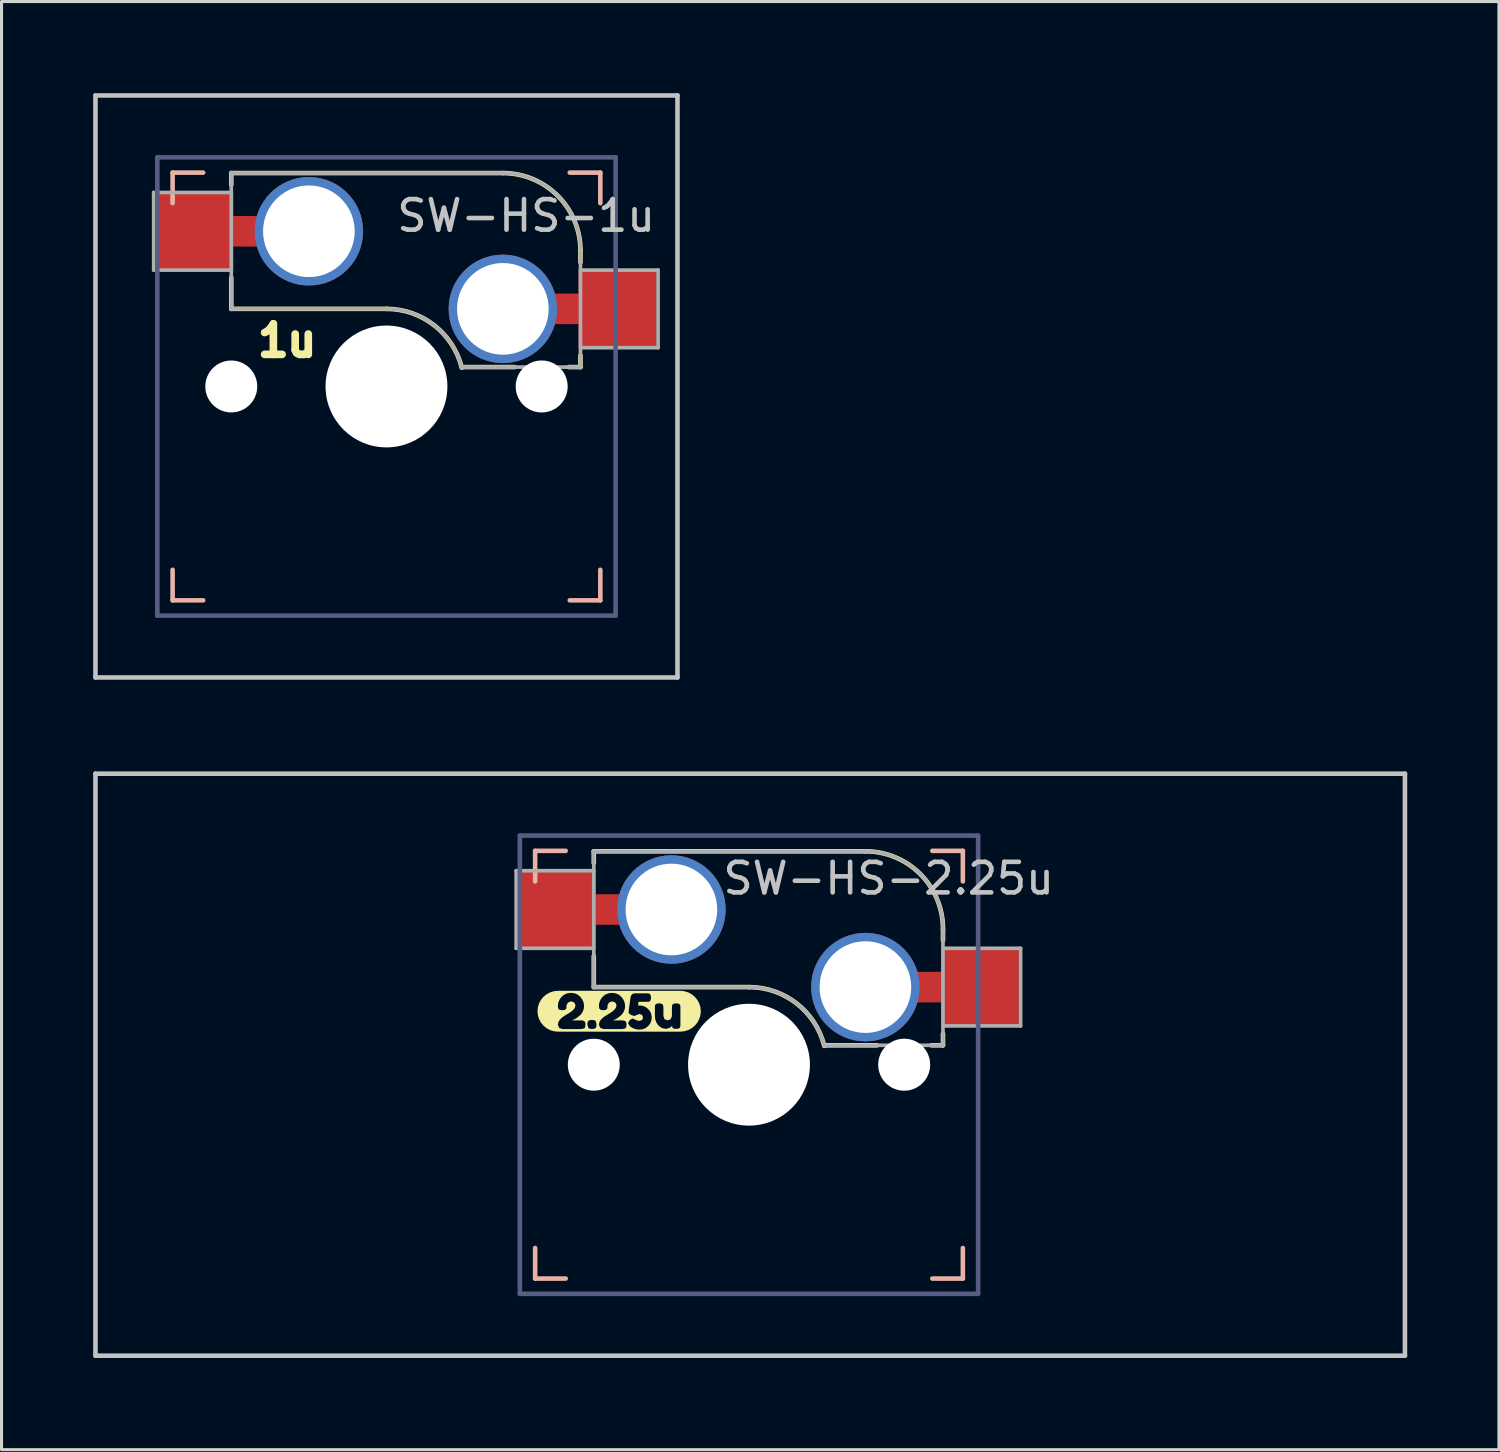
<source format=kicad_pcb>
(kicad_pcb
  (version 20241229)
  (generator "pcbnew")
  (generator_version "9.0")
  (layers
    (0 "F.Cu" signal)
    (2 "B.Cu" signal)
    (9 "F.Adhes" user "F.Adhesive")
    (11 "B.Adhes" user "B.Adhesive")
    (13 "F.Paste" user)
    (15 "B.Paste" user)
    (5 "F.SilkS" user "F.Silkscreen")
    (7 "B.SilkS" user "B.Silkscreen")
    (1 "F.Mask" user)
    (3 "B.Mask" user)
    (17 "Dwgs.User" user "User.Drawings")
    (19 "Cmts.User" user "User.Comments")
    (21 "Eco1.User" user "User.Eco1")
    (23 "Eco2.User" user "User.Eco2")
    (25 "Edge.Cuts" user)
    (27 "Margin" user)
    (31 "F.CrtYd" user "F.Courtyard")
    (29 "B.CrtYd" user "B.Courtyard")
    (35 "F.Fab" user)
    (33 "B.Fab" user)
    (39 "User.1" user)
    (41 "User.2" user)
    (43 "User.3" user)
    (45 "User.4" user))
  (footprint "SW-HS-2.25u"
    (layer "F.Cu")
    (at 21.466 31.8)
    (property "Reference" "SW-HS-2.25u" (at 4.572 -6.096 0) (layer "Dwgs.User") (effects (font (size 1 1) (thickness 0.15))))
    (attr through_hole)
    (fp_line (start -5.08 -6.985) (end -5.08 -6.604) (stroke (width 0.15) (type solid)) (layer "F.SilkS"))
    (fp_line (start -5.08 -3.556) (end -5.08 -2.54) (stroke (width 0.15) (type solid)) (layer "F.SilkS"))
    (fp_line (start -5.08 -2.54) (end 0 -2.54) (stroke (width 0.15) (type solid)) (layer "F.SilkS"))
    (fp_line (start 2.464 -0.635) (end 4.191 -0.635) (stroke (width 0.15) (type solid)) (layer "F.SilkS"))
    (fp_line (start 3.81 -6.985) (end -5.08 -6.985) (stroke (width 0.15) (type solid)) (layer "F.SilkS"))
    (fp_line (start 5.969 -0.635) (end 6.35 -0.635) (stroke (width 0.15) (type solid)) (layer "F.SilkS"))
    (fp_line (start 6.35 -4.445) (end 6.35 -4.064) (stroke (width 0.15) (type solid)) (layer "F.SilkS"))
    (fp_line (start 6.35 -1.016) (end 6.35 -0.635) (stroke (width 0.15) (type solid)) (layer "F.SilkS"))
    (fp_arc (start 0 -2.54) (mid 1.563147 -2.002042) (end 2.464162 -0.61604) (stroke (width 0.15) (type solid)) (layer "F.SilkS"))
    (fp_arc (start 3.81 -6.985) (mid 5.606051 -6.241051) (end 6.35 -4.445) (stroke (width 0.15) (type solid)) (layer "F.SilkS"))
    (fp_poly (pts (xy -6.255 -2.418) (xy -6.255 -2.418) (xy -6.385 -2.405) (xy -6.511 -2.367) (xy -6.626 -2.305) (xy -6.727 -2.222) (xy -6.81 -2.121) (xy -6.872 -2.006) (xy -6.91 -1.88) (xy -6.923 -1.75) (xy -6.91 -1.62) (xy -6.872 -1.494) (xy -6.81 -1.379) (xy -6.727 -1.278) (xy -6.626 -1.195) (xy -6.511 -1.133) (xy -6.385 -1.095) (xy -6.255 -1.082) (xy -6.255 -1.082) (xy -5.495 -1.082) (xy -5.495 -1.167) (xy -6.115 -1.167) (xy -6.214 -1.21) (xy -6.255 -1.31) (xy -6.24 -1.393) (xy -6.195 -1.468) (xy -6.13 -1.535) (xy -6.052 -1.592) (xy -5.968 -1.643) (xy -5.884 -1.694) (xy -5.806 -1.747) (xy -5.74 -1.807) (xy -5.695 -1.873) (xy -5.68 -1.942) (xy -5.691 -1.983) (xy -5.716 -2.025) (xy -5.758 -2.056) (xy -5.838 -2.071) (xy -5.926 -2.033) (xy -5.968 -1.96) (xy -5.974 -1.923) (xy -5.974 -1.914) (xy -5.976 -1.861) (xy -5.991 -1.821) (xy -6.034 -1.793) (xy -6.115 -1.783) (xy -6.204 -1.798) (xy -6.247 -1.844) (xy -6.255 -1.925) (xy -6.242 -2.031) (xy -6.202 -2.13) (xy -6.137 -2.221) (xy -6.05 -2.293) (xy -5.947 -2.337) (xy -5.827 -2.352) (xy -5.708 -2.337) (xy -5.604 -2.293) (xy -5.517 -2.219) (xy -5.451 -2.127) (xy -5.411 -2.026) (xy -5.398 -1.917) (xy -5.408 -1.829) (xy -5.437 -1.745) (xy -5.481 -1.672) (xy -5.533 -1.615) (xy -5.644 -1.527) (xy -5.742 -1.474) (xy -5.782 -1.458) (xy -5.782 -1.45) (xy -5.491 -1.45) (xy -5.399 -1.435) (xy -5.361 -1.389) (xy -5.352 -1.308) (xy -5.362 -1.228) (xy -5.396 -1.186) (xy -5.495 -1.167) (xy -5.495 -1.082) (xy -5.13 -1.082) (xy -5.13 -1.169) (xy -5.21 -1.177) (xy -5.257 -1.199) (xy -5.288 -1.313) (xy -5.288 -1.32) (xy -5.286 -1.375) (xy -5.271 -1.418) (xy -5.229 -1.454) (xy -5.151 -1.466) (xy -5.07 -1.458) (xy -5.018 -1.433) (xy -4.991 -1.321) (xy -4.991 -1.315) (xy -4.994 -1.259) (xy -5.01 -1.215) (xy -5.052 -1.18) (xy -5.13 -1.169) (xy -5.13 -1.082) (xy -4.152 -1.082) (xy -4.152 -1.167) (xy -4.772 -1.167) (xy -4.871 -1.21) (xy -4.912 -1.31) (xy -4.897 -1.393) (xy -4.852 -1.468) (xy -4.787 -1.535) (xy -4.709 -1.592) (xy -4.625 -1.643) (xy -4.541 -1.694) (xy -4.463 -1.747) (xy -4.397 -1.807) (xy -4.352 -1.873) (xy -4.337 -1.942) (xy -4.348 -1.983) (xy -4.373 -2.025) (xy -4.415 -2.056) (xy -4.494 -2.071) (xy -4.583 -2.033) (xy -4.625 -1.96) (xy -4.631 -1.923) (xy -4.631 -1.914) (xy -4.633 -1.861) (xy -4.648 -1.821) (xy -4.691 -1.793) (xy -4.772 -1.783) (xy -4.861 -1.798) (xy -4.904 -1.844) (xy -4.912 -1.925) (xy -4.899 -2.031) (xy -4.859 -2.13) (xy -4.794 -2.221) (xy -4.707 -2.293) (xy -4.604 -2.337) (xy -4.484 -2.352) (xy -4.365 -2.337) (xy -4.261 -2.293) (xy -4.174 -2.219) (xy -4.108 -2.127) (xy -4.068 -2.026) (xy -4.055 -1.917) (xy -4.065 -1.829) (xy -4.094 -1.745) (xy -4.138 -1.672) (xy -4.19 -1.615) (xy -4.301 -1.527) (xy -4.399 -1.474) (xy -4.439 -1.458) (xy -4.439 -1.45) (xy -4.148 -1.45) (xy -4.056 -1.435) (xy -4.018 -1.389) (xy -4.009 -1.308) (xy -4.019 -1.228) (xy -4.053 -1.186) (xy -4.152 -1.167) (xy -4.152 -1.082) (xy -3.582 -1.082) (xy -3.582 -1.148) (xy -3.677 -1.157) (xy -3.766 -1.181) (xy -3.848 -1.223) (xy -3.888 -1.253) (xy -3.901 -1.264) (xy -3.961 -1.359) (xy -3.902 -1.463) (xy -3.81 -1.515) (xy -3.704 -1.464) (xy -3.605 -1.431) (xy -3.5 -1.461) (xy -3.466 -1.544) (xy -3.503 -1.629) (xy -3.588 -1.66) (xy -3.664 -1.631) (xy -3.751 -1.594) (xy -3.851 -1.625) (xy -3.925 -1.673) (xy -3.942 -1.712) (xy -3.934 -1.786) (xy -3.91 -1.967) (xy -3.886 -2.146) (xy -3.877 -2.212) (xy -3.866 -2.245) (xy -3.843 -2.288) (xy -3.802 -2.322) (xy -3.737 -2.337) (xy -3.496 -2.336) (xy -3.347 -2.336) (xy -3.291 -2.333) (xy -3.25 -2.318) (xy -3.218 -2.275) (xy -3.207 -2.191) (xy -3.217 -2.115) (xy -3.247 -2.075) (xy -3.286 -2.06) (xy -3.337 -2.058) (xy -3.615 -2.058) (xy -3.631 -1.937) (xy -3.575 -1.94) (xy -3.478 -1.928) (xy -3.388 -1.89) (xy -3.304 -1.827) (xy -3.237 -1.746) (xy -3.197 -1.653) (xy -3.183 -1.549) (xy -3.196 -1.445) (xy -3.234 -1.351) (xy -3.297 -1.267) (xy -3.38 -1.201) (xy -3.475 -1.161) (xy -3.582 -1.148) (xy -3.582 -1.082) (xy -2.385 -1.082) (xy -2.385 -1.172) (xy -2.463 -1.182) (xy -2.504 -1.21) (xy -2.52 -1.275) (xy -2.548 -1.244) (xy -2.591 -1.209) (xy -2.709 -1.174) (xy -2.809 -1.187) (xy -2.898 -1.228) (xy -2.974 -1.295) (xy -3.033 -1.382) (xy -3.068 -1.481) (xy -3.08 -1.591) (xy -3.08 -1.869) (xy -3.078 -1.925) (xy -3.064 -1.966) (xy -3.022 -1.998) (xy -2.94 -2.009) (xy -2.852 -1.994) (xy -2.81 -1.948) (xy -2.801 -1.867) (xy -2.801 -1.59) (xy -2.763 -1.488) (xy -2.663 -1.452) (xy -2.562 -1.49) (xy -2.523 -1.59) (xy -2.523 -1.871) (xy -2.52 -1.925) (xy -2.505 -1.967) (xy -2.464 -1.998) (xy -2.383 -2.009) (xy -2.303 -1.998) (xy -2.261 -1.966) (xy -2.247 -1.924) (xy -2.245 -1.869) (xy -2.245 -1.307) (xy -2.247 -1.254) (xy -2.262 -1.213) (xy -2.305 -1.182) (xy -2.385 -1.172) (xy -2.385 -1.082) (xy -2.245 -1.082) (xy -2.245 -1.082) (xy -2.115 -1.095) (xy -1.989 -1.133) (xy -1.874 -1.195) (xy -1.773 -1.278) (xy -1.69 -1.379) (xy -1.628 -1.494) (xy -1.59 -1.62) (xy -1.577 -1.75) (xy -1.59 -1.88) (xy -1.628 -2.006) (xy -1.69 -2.121) (xy -1.773 -2.222) (xy -1.874 -2.305) (xy -1.989 -2.367) (xy -2.115 -2.405) (xy -2.245 -2.418) (xy -2.245 -2.418) (xy -6.255 -2.418)) (stroke (width 0) (type solid)) (fill yes) (layer "F.SilkS"))
    (fp_line (start -7 -7) (end -7 -6) (stroke (width 0.15) (type solid)) (layer "B.SilkS"))
    (fp_line (start -7 -7) (end -6 -7) (stroke (width 0.15) (type solid)) (layer "B.SilkS"))
    (fp_line (start -7 6) (end -7 7) (stroke (width 0.15) (type solid)) (layer "B.SilkS"))
    (fp_line (start -6 7) (end -7 7) (stroke (width 0.15) (type solid)) (layer "B.SilkS"))
    (fp_line (start 6 -7) (end 7 -7) (stroke (width 0.15) (type solid)) (layer "B.SilkS"))
    (fp_line (start 7 -6) (end 7 -7) (stroke (width 0.15) (type solid)) (layer "B.SilkS"))
    (fp_line (start 7 7) (end 6 7) (stroke (width 0.15) (type solid)) (layer "B.SilkS"))
    (fp_line (start 7 7) (end 7 6) (stroke (width 0.15) (type solid)) (layer "B.SilkS"))
    (fp_line (start -21.391 -9.525) (end 21.471 -9.525) (stroke (width 0.15) (type solid)) (layer "Dwgs.User"))
    (fp_line (start -21.391 9.525) (end -21.391 -9.525) (stroke (width 0.15) (type solid)) (layer "Dwgs.User"))
    (fp_line (start 21.471 -9.525) (end 21.471 9.525) (stroke (width 0.15) (type solid)) (layer "Dwgs.User"))
    (fp_line (start 21.471 9.525) (end -21.391 9.525) (stroke (width 0.15) (type solid)) (layer "Dwgs.User"))
    (fp_rect (start -20.9 -9) (end 20.9 9) (stroke (width 0.12) (type solid)) (fill no) (layer "Eco2.User"))
    (fp_line (start -7.5 -7.5) (end -7.5 7.5) (stroke (width 0.15) (type solid)) (layer "B.Fab"))
    (fp_line (start -7.5 7.5) (end 7.5 7.5) (stroke (width 0.15) (type solid)) (layer "B.Fab"))
    (fp_line (start 7.5 -7.5) (end -7.5 -7.5) (stroke (width 0.15) (type solid)) (layer "B.Fab"))
    (fp_line (start 7.5 7.5) (end 7.5 -7.5) (stroke (width 0.15) (type solid)) (layer "B.Fab"))
    (fp_line (start -7.62 -6.35) (end -7.62 -3.81) (stroke (width 0.12) (type solid)) (layer "F.Fab"))
    (fp_line (start -7.62 -3.81) (end -5.08 -3.81) (stroke (width 0.12) (type solid)) (layer "F.Fab"))
    (fp_line (start -5.08 -6.985) (end -5.08 -2.54) (stroke (width 0.12) (type solid)) (layer "F.Fab"))
    (fp_line (start -5.08 -6.35) (end -7.62 -6.35) (stroke (width 0.12) (type solid)) (layer "F.Fab"))
    (fp_line (start -5.08 -2.54) (end 0 -2.54) (stroke (width 0.12) (type solid)) (layer "F.Fab"))
    (fp_line (start 3.81 -6.985) (end -5.08 -6.985) (stroke (width 0.12) (type solid)) (layer "F.Fab"))
    (fp_line (start 6.35 -1.27) (end 8.89 -1.27) (stroke (width 0.12) (type solid)) (layer "F.Fab"))
    (fp_line (start 6.35 -0.635) (end 2.54 -0.635) (stroke (width 0.12) (type solid)) (layer "F.Fab"))
    (fp_line (start 6.35 -0.635) (end 6.35 -4.445) (stroke (width 0.12) (type solid)) (layer "F.Fab"))
    (fp_line (start 8.89 -3.81) (end 6.35 -3.81) (stroke (width 0.12) (type solid)) (layer "F.Fab"))
    (fp_line (start 8.89 -1.27) (end 8.89 -3.81) (stroke (width 0.12) (type solid)) (layer "F.Fab"))
    (fp_arc (start 0 -2.54) (mid 1.563147 -2.002042) (end 2.464162 -0.61604) (stroke (width 0.12) (type solid)) (layer "F.Fab"))
    (fp_arc (start 3.81 -6.985) (mid 5.606051 -6.241051) (end 6.35 -4.445) (stroke (width 0.12) (type solid)) (layer "F.Fab"))
    (pad "" np_thru_hole circle (at -5.08 0) (size 1.7 1.7) (drill 1.7) (layers "*.Cu" "*.Mask"))
    (pad "" np_thru_hole circle (at 0 0) (size 3.988 3.988) (drill 3.988) (layers "*.Cu" "*.Mask"))
    (pad "" np_thru_hole circle (at 5.08 0) (size 1.702 1.702) (drill 1.702) (layers "*.Cu" "*.Mask"))
    (pad "1" thru_hole circle (at 3.81 -2.54) (size 3.55 3.55) (drill 3) (layers "*.Cu"))
    (pad "1" connect rect (at 5.715 -2.54 270) (size 1 2.5) (layers "F.Cu"))
    (pad "1" smd rect (at 7.56 -2.54) (size 2.55 2.5) (layers "F.Cu" "F.Mask" "F.Paste"))
    (pad "2" smd rect (at -6.29 -5.08) (size 2.55 2.5) (layers "F.Cu" "F.Mask" "F.Paste"))
    (pad "2" connect rect (at -5.015 -5.08 90) (size 1 2.5) (layers "F.Cu"))
    (pad "2" thru_hole circle (at -2.54 -5.08) (size 3.55 3.55) (drill 3) (layers "*.Cu")))
  (footprint "SW-HS-1u"
    (layer "F.Cu")
    (at 9.6 9.6)
    (property "Reference" "SW-HS-1u" (at 4.572 -5.588 0) (layer "Dwgs.User") (effects (font (size 1 1) (thickness 0.15))))
    (attr through_hole)
    (fp_line (start -5.08 -6.985) (end -5.08 -6.604) (stroke (width 0.15) (type solid)) (layer "F.SilkS"))
    (fp_line (start -5.08 -3.556) (end -5.08 -2.54) (stroke (width 0.15) (type solid)) (layer "F.SilkS"))
    (fp_line (start -5.08 -2.54) (end 0 -2.54) (stroke (width 0.15) (type solid)) (layer "F.SilkS"))
    (fp_line (start 2.464 -0.635) (end 4.191 -0.635) (stroke (width 0.15) (type solid)) (layer "F.SilkS"))
    (fp_line (start 3.81 -6.985) (end -5.08 -6.985) (stroke (width 0.15) (type solid)) (layer "F.SilkS"))
    (fp_line (start 5.969 -0.635) (end 6.35 -0.635) (stroke (width 0.15) (type solid)) (layer "F.SilkS"))
    (fp_line (start 6.35 -4.445) (end 6.35 -4.064) (stroke (width 0.15) (type solid)) (layer "F.SilkS"))
    (fp_line (start 6.35 -1.016) (end 6.35 -0.635) (stroke (width 0.15) (type solid)) (layer "F.SilkS"))
    (fp_arc (start 0 -2.54) (mid 1.563147 -2.002042) (end 2.464162 -0.61604) (stroke (width 0.15) (type solid)) (layer "F.SilkS"))
    (fp_arc (start 3.81 -6.985) (mid 5.606051 -6.241051) (end 6.35 -4.445) (stroke (width 0.15) (type solid)) (layer "F.SilkS"))
    (fp_line (start -7 -7) (end -7 -6) (stroke (width 0.15) (type solid)) (layer "B.SilkS"))
    (fp_line (start -7 -7) (end -6 -7) (stroke (width 0.15) (type solid)) (layer "B.SilkS"))
    (fp_line (start -7 6) (end -7 7) (stroke (width 0.15) (type solid)) (layer "B.SilkS"))
    (fp_line (start -6 7) (end -7 7) (stroke (width 0.15) (type solid)) (layer "B.SilkS"))
    (fp_line (start 6 -7) (end 7 -7) (stroke (width 0.15) (type solid)) (layer "B.SilkS"))
    (fp_line (start 7 -6) (end 7 -7) (stroke (width 0.15) (type solid)) (layer "B.SilkS"))
    (fp_line (start 7 7) (end 6 7) (stroke (width 0.15) (type solid)) (layer "B.SilkS"))
    (fp_line (start 7 7) (end 7 6) (stroke (width 0.15) (type solid)) (layer "B.SilkS"))
    (fp_line (start -9.525 -9.525) (end 9.525 -9.525) (stroke (width 0.15) (type solid)) (layer "Dwgs.User"))
    (fp_line (start -9.525 9.525) (end -9.525 -9.525) (stroke (width 0.15) (type solid)) (layer "Dwgs.User"))
    (fp_line (start 9.525 -9.525) (end 9.525 9.525) (stroke (width 0.15) (type solid)) (layer "Dwgs.User"))
    (fp_line (start 9.525 9.525) (end -9.525 9.525) (stroke (width 0.15) (type solid)) (layer "Dwgs.User"))
    (fp_rect (start -9 -9) (end 9 9) (stroke (width 0.12) (type solid)) (fill no) (layer "Eco2.User"))
    (fp_line (start -7.5 -7.5) (end -7.5 7.5) (stroke (width 0.15) (type solid)) (layer "B.Fab"))
    (fp_line (start -7.5 7.5) (end 7.5 7.5) (stroke (width 0.15) (type solid)) (layer "B.Fab"))
    (fp_line (start 7.5 -7.5) (end -7.5 -7.5) (stroke (width 0.15) (type solid)) (layer "B.Fab"))
    (fp_line (start 7.5 7.5) (end 7.5 -7.5) (stroke (width 0.15) (type solid)) (layer "B.Fab"))
    (fp_line (start -7.62 -6.35) (end -7.62 -3.81) (stroke (width 0.12) (type solid)) (layer "F.Fab"))
    (fp_line (start -7.62 -3.81) (end -5.08 -3.81) (stroke (width 0.12) (type solid)) (layer "F.Fab"))
    (fp_line (start -5.08 -6.985) (end -5.08 -2.54) (stroke (width 0.12) (type solid)) (layer "F.Fab"))
    (fp_line (start -5.08 -6.35) (end -7.62 -6.35) (stroke (width 0.12) (type solid)) (layer "F.Fab"))
    (fp_line (start -5.08 -2.54) (end 0 -2.54) (stroke (width 0.12) (type solid)) (layer "F.Fab"))
    (fp_line (start 3.81 -6.985) (end -5.08 -6.985) (stroke (width 0.12) (type solid)) (layer "F.Fab"))
    (fp_line (start 6.35 -1.27) (end 8.89 -1.27) (stroke (width 0.12) (type solid)) (layer "F.Fab"))
    (fp_line (start 6.35 -0.635) (end 2.54 -0.635) (stroke (width 0.12) (type solid)) (layer "F.Fab"))
    (fp_line (start 6.35 -0.635) (end 6.35 -4.445) (stroke (width 0.12) (type solid)) (layer "F.Fab"))
    (fp_line (start 8.89 -3.81) (end 6.35 -3.81) (stroke (width 0.12) (type solid)) (layer "F.Fab"))
    (fp_line (start 8.89 -1.27) (end 8.89 -3.81) (stroke (width 0.12) (type solid)) (layer "F.Fab"))
    (fp_arc (start 0 -2.54) (mid 1.563147 -2.002042) (end 2.464162 -0.61604) (stroke (width 0.12) (type solid)) (layer "F.Fab"))
    (fp_arc (start 3.81 -6.985) (mid 5.606051 -6.241051) (end 6.35 -4.445) (stroke (width 0.12) (type solid)) (layer "F.Fab"))
    (fp_text user "1u" (at -3.25 -1.5 0) (unlocked yes) (layer "F.SilkS") (effects (font (size 1 1) (thickness 0.25) (bold yes))))
    (pad "" np_thru_hole circle (at -5.08 0) (size 1.7 1.7) (drill 1.7) (layers "*.Cu" "*.Mask"))
    (pad "" np_thru_hole circle (at 0 0) (size 3.988 3.988) (drill 3.988) (layers "*.Cu" "*.Mask"))
    (pad "" np_thru_hole circle (at 5.08 0) (size 1.702 1.702) (drill 1.702) (layers "*.Cu" "*.Mask"))
    (pad "1" thru_hole circle (at 3.81 -2.54) (size 3.55 3.55) (drill 3) (layers "*.Cu"))
    (pad "1" connect rect (at 5.715 -2.54 270) (size 1 2.5) (layers "F.Cu"))
    (pad "1" smd rect (at 7.56 -2.54) (size 2.55 2.5) (layers "F.Cu" "F.Mask" "F.Paste"))
    (pad "2" smd rect (at -6.29 -5.08) (size 2.55 2.5) (layers "F.Cu" "F.Mask" "F.Paste"))
    (pad "2" connect rect (at -5.015 -5.08 90) (size 1 2.5) (layers "F.Cu"))
    (pad "2" thru_hole circle (at -2.54 -5.08) (size 3.55 3.55) (drill 3) (layers "*.Cu")))
  (gr_rect
    (start -3 -3)
    (end 46.013 44.4)
    (stroke (width 0.1) (type default))
    (fill no)
    (layer "Edge.Cuts")))
</source>
